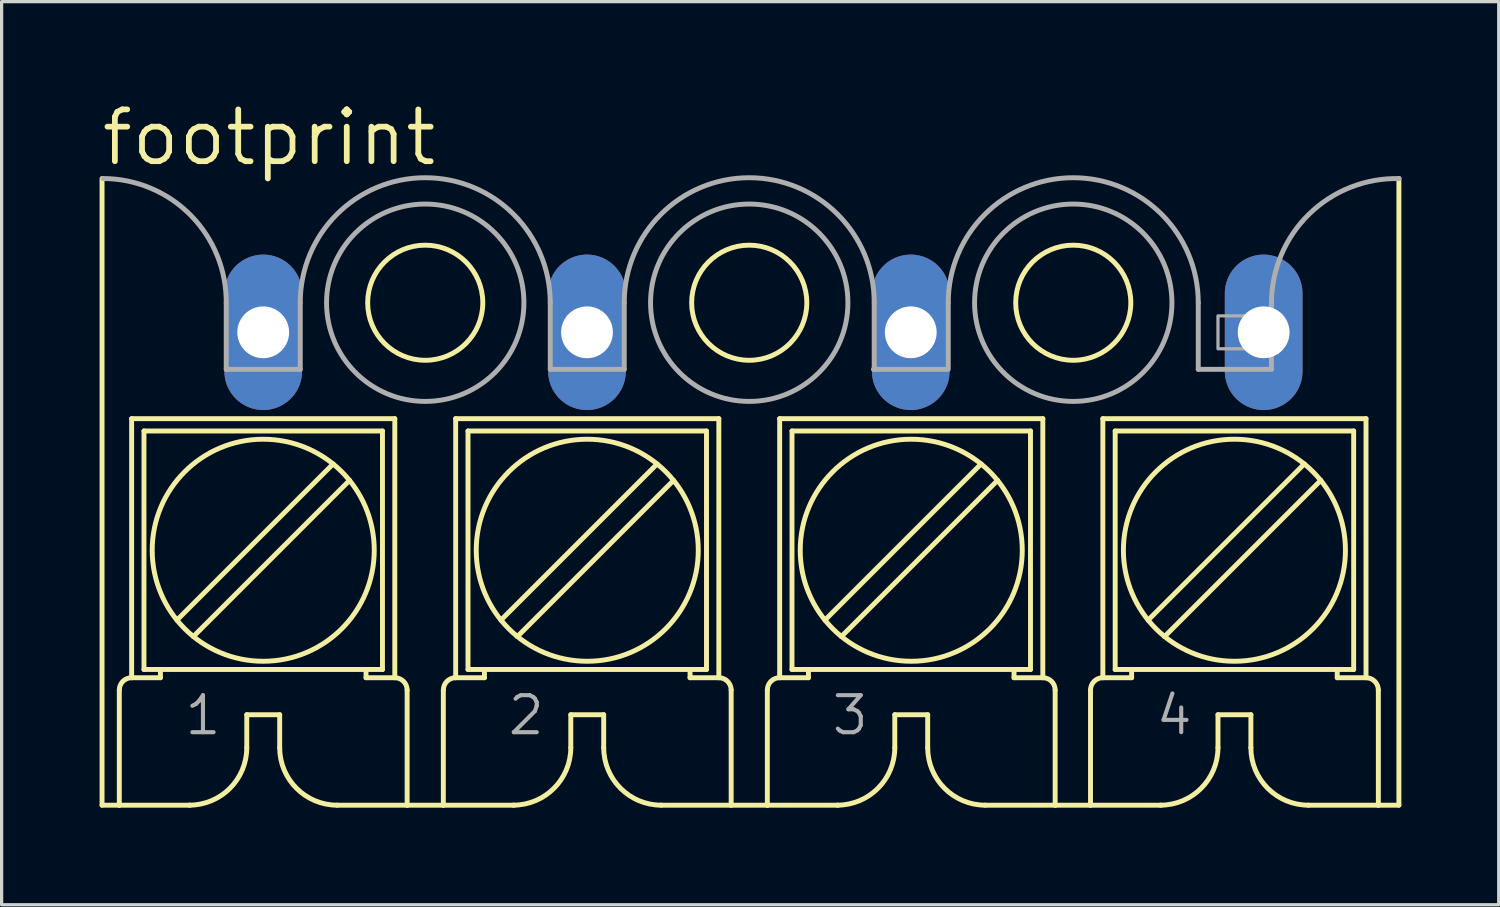
<source format=kicad_pcb>
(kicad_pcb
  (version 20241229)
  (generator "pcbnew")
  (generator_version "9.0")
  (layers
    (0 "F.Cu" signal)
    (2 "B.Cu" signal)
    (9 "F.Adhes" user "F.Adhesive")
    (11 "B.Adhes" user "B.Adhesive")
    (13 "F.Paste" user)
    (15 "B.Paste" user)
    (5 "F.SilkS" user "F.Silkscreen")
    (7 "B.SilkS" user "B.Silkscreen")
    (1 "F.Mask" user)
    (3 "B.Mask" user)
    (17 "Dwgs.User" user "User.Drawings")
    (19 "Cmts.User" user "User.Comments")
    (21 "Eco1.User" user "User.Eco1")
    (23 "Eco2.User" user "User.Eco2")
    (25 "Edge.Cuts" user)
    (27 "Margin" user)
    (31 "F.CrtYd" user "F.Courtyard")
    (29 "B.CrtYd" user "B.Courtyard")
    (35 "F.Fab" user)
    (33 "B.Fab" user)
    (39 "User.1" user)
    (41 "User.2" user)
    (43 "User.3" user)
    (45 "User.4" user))
  (footprint "footprint"
    (layer "F.Cu")
    (at 20.08 12.214)
    (property "Reference" "footprint" (at -20.08 -10.08 0) (layer "F.SilkS") (effects (font (size 1.6 1.6) (thickness 0.178)) (justify left bottom)))
    (fp_line (start -19.978 9.605) (end -19.978 -9.75) (stroke (width 0.152) (type solid)) (layer "F.SilkS"))
    (fp_line (start -19.978 9.605) (end -19.445 9.605) (stroke (width 0.152) (type solid)) (layer "F.SilkS"))
    (fp_line (start -19.445 9.605) (end -19.445 6.049) (stroke (width 0.152) (type solid)) (layer "F.SilkS"))
    (fp_line (start -19.445 9.605) (end -17.261 9.605) (stroke (width 0.152) (type solid)) (layer "F.SilkS"))
    (fp_line (start -19.064 -2.333) (end -10.936 -2.333) (stroke (width 0.152) (type solid)) (layer "F.SilkS"))
    (fp_line (start -19.064 5.668) (end -19.064 -2.333) (stroke (width 0.152) (type solid)) (layer "F.SilkS"))
    (fp_line (start -19.064 5.668) (end -18.175 5.668) (stroke (width 0.152) (type solid)) (layer "F.SilkS"))
    (fp_line (start -18.683 -1.952) (end -11.317 -1.952) (stroke (width 0.152) (type solid)) (layer "F.SilkS"))
    (fp_line (start -18.683 5.414) (end -18.683 -1.952) (stroke (width 0.152) (type solid)) (layer "F.SilkS"))
    (fp_line (start -18.683 5.414) (end -18.175 5.414) (stroke (width 0.152) (type solid)) (layer "F.SilkS"))
    (fp_line (start -18.175 5.414) (end -18.175 5.668) (stroke (width 0.152) (type solid)) (layer "F.SilkS"))
    (fp_line (start -17.667 3.89) (end -12.841 -0.936) (stroke (width 0.152) (type solid)) (layer "F.SilkS"))
    (fp_line (start -17.159 4.398) (end -12.333 -0.428) (stroke (width 0.152) (type solid)) (layer "F.SilkS"))
    (fp_line (start -15.508 6.811) (end -15.508 7.827) (stroke (width 0.152) (type solid)) (layer "F.SilkS"))
    (fp_line (start -15.508 6.811) (end -14.492 6.811) (stroke (width 0.152) (type solid)) (layer "F.SilkS"))
    (fp_line (start -14.492 6.811) (end -14.492 7.827) (stroke (width 0.152) (type solid)) (layer "F.SilkS"))
    (fp_line (start -12.714 9.605) (end -10.555 9.605) (stroke (width 0.152) (type solid)) (layer "F.SilkS"))
    (fp_line (start -11.825 5.414) (end -18.175 5.414) (stroke (width 0.152) (type solid)) (layer "F.SilkS"))
    (fp_line (start -11.825 5.414) (end -11.825 5.668) (stroke (width 0.152) (type solid)) (layer "F.SilkS"))
    (fp_line (start -11.825 5.414) (end -11.317 5.414) (stroke (width 0.152) (type solid)) (layer "F.SilkS"))
    (fp_line (start -11.825 5.668) (end -10.936 5.668) (stroke (width 0.152) (type solid)) (layer "F.SilkS"))
    (fp_line (start -11.317 5.414) (end -11.317 -1.952) (stroke (width 0.152) (type solid)) (layer "F.SilkS"))
    (fp_line (start -10.936 5.668) (end -10.936 -2.333) (stroke (width 0.152) (type solid)) (layer "F.SilkS"))
    (fp_line (start -10.555 9.605) (end -10.555 6.049) (stroke (width 0.152) (type solid)) (layer "F.SilkS"))
    (fp_line (start -10.555 9.605) (end -9.437 9.605) (stroke (width 0.152) (type solid)) (layer "F.SilkS"))
    (fp_line (start -9.437 9.605) (end -9.437 6.049) (stroke (width 0.152) (type solid)) (layer "F.SilkS"))
    (fp_line (start -9.437 9.605) (end -7.253 9.605) (stroke (width 0.152) (type solid)) (layer "F.SilkS"))
    (fp_line (start -9.056 -2.333) (end -0.928 -2.333) (stroke (width 0.152) (type solid)) (layer "F.SilkS"))
    (fp_line (start -9.056 5.668) (end -9.056 -2.333) (stroke (width 0.152) (type solid)) (layer "F.SilkS"))
    (fp_line (start -9.056 5.668) (end -8.167 5.668) (stroke (width 0.152) (type solid)) (layer "F.SilkS"))
    (fp_line (start -8.675 -1.952) (end -1.309 -1.952) (stroke (width 0.152) (type solid)) (layer "F.SilkS"))
    (fp_line (start -8.675 5.414) (end -8.675 -1.952) (stroke (width 0.152) (type solid)) (layer "F.SilkS"))
    (fp_line (start -8.675 5.414) (end -8.167 5.414) (stroke (width 0.152) (type solid)) (layer "F.SilkS"))
    (fp_line (start -8.167 5.414) (end -8.167 5.668) (stroke (width 0.152) (type solid)) (layer "F.SilkS"))
    (fp_line (start -7.659 3.89) (end -2.833 -0.936) (stroke (width 0.152) (type solid)) (layer "F.SilkS"))
    (fp_line (start -7.151 4.398) (end -2.325 -0.428) (stroke (width 0.152) (type solid)) (layer "F.SilkS"))
    (fp_line (start -5.5 6.811) (end -5.5 7.827) (stroke (width 0.152) (type solid)) (layer "F.SilkS"))
    (fp_line (start -5.5 6.811) (end -4.484 6.811) (stroke (width 0.152) (type solid)) (layer "F.SilkS"))
    (fp_line (start -4.484 6.811) (end -4.484 7.827) (stroke (width 0.152) (type solid)) (layer "F.SilkS"))
    (fp_line (start -2.706 9.605) (end -0.547 9.605) (stroke (width 0.152) (type solid)) (layer "F.SilkS"))
    (fp_line (start -1.817 5.414) (end -8.167 5.414) (stroke (width 0.152) (type solid)) (layer "F.SilkS"))
    (fp_line (start -1.817 5.414) (end -1.817 5.668) (stroke (width 0.152) (type solid)) (layer "F.SilkS"))
    (fp_line (start -1.817 5.414) (end -1.309 5.414) (stroke (width 0.152) (type solid)) (layer "F.SilkS"))
    (fp_line (start -1.817 5.668) (end -0.928 5.668) (stroke (width 0.152) (type solid)) (layer "F.SilkS"))
    (fp_line (start -1.309 5.414) (end -1.309 -1.952) (stroke (width 0.152) (type solid)) (layer "F.SilkS"))
    (fp_line (start -0.928 5.668) (end -0.928 -2.333) (stroke (width 0.152) (type solid)) (layer "F.SilkS"))
    (fp_line (start -0.547 9.605) (end -0.547 6.049) (stroke (width 0.152) (type solid)) (layer "F.SilkS"))
    (fp_line (start -0.547 9.605) (end 0.57 9.605) (stroke (width 0.152) (type solid)) (layer "F.SilkS"))
    (fp_line (start 0.57 9.605) (end 0.57 6.049) (stroke (width 0.152) (type solid)) (layer "F.SilkS"))
    (fp_line (start 0.57 9.605) (end 2.755 9.605) (stroke (width 0.152) (type solid)) (layer "F.SilkS"))
    (fp_line (start 0.951 -2.333) (end 9.079 -2.333) (stroke (width 0.152) (type solid)) (layer "F.SilkS"))
    (fp_line (start 0.951 5.668) (end 0.951 -2.333) (stroke (width 0.152) (type solid)) (layer "F.SilkS"))
    (fp_line (start 0.951 5.668) (end 1.84 5.668) (stroke (width 0.152) (type solid)) (layer "F.SilkS"))
    (fp_line (start 1.332 -1.952) (end 8.698 -1.952) (stroke (width 0.152) (type solid)) (layer "F.SilkS"))
    (fp_line (start 1.332 5.414) (end 1.332 -1.952) (stroke (width 0.152) (type solid)) (layer "F.SilkS"))
    (fp_line (start 1.332 5.414) (end 1.84 5.414) (stroke (width 0.152) (type solid)) (layer "F.SilkS"))
    (fp_line (start 1.84 5.414) (end 1.84 5.668) (stroke (width 0.152) (type solid)) (layer "F.SilkS"))
    (fp_line (start 2.348 3.89) (end 7.174 -0.936) (stroke (width 0.152) (type solid)) (layer "F.SilkS"))
    (fp_line (start 2.856 4.398) (end 7.682 -0.428) (stroke (width 0.152) (type solid)) (layer "F.SilkS"))
    (fp_line (start 4.507 6.811) (end 4.507 7.827) (stroke (width 0.152) (type solid)) (layer "F.SilkS"))
    (fp_line (start 4.507 6.811) (end 5.523 6.811) (stroke (width 0.152) (type solid)) (layer "F.SilkS"))
    (fp_line (start 5.523 6.811) (end 5.523 7.827) (stroke (width 0.152) (type solid)) (layer "F.SilkS"))
    (fp_line (start 7.301 9.605) (end 9.46 9.605) (stroke (width 0.152) (type solid)) (layer "F.SilkS"))
    (fp_line (start 8.19 5.414) (end 1.84 5.414) (stroke (width 0.152) (type solid)) (layer "F.SilkS"))
    (fp_line (start 8.19 5.414) (end 8.19 5.668) (stroke (width 0.152) (type solid)) (layer "F.SilkS"))
    (fp_line (start 8.19 5.414) (end 8.698 5.414) (stroke (width 0.152) (type solid)) (layer "F.SilkS"))
    (fp_line (start 8.19 5.668) (end 9.079 5.668) (stroke (width 0.152) (type solid)) (layer "F.SilkS"))
    (fp_line (start 8.698 5.414) (end 8.698 -1.952) (stroke (width 0.152) (type solid)) (layer "F.SilkS"))
    (fp_line (start 9.079 5.668) (end 9.079 -2.333) (stroke (width 0.152) (type solid)) (layer "F.SilkS"))
    (fp_line (start 9.46 9.605) (end 9.46 6.049) (stroke (width 0.152) (type solid)) (layer "F.SilkS"))
    (fp_line (start 9.46 9.605) (end 10.552 9.605) (stroke (width 0.152) (type solid)) (layer "F.SilkS"))
    (fp_line (start 10.552 9.605) (end 10.552 6.049) (stroke (width 0.152) (type solid)) (layer "F.SilkS"))
    (fp_line (start 10.552 9.605) (end 12.737 9.605) (stroke (width 0.152) (type solid)) (layer "F.SilkS"))
    (fp_line (start 10.933 -2.333) (end 19.061 -2.333) (stroke (width 0.152) (type solid)) (layer "F.SilkS"))
    (fp_line (start 10.933 5.668) (end 10.933 -2.333) (stroke (width 0.152) (type solid)) (layer "F.SilkS"))
    (fp_line (start 10.933 5.668) (end 11.822 5.668) (stroke (width 0.152) (type solid)) (layer "F.SilkS"))
    (fp_line (start 11.314 -1.952) (end 18.68 -1.952) (stroke (width 0.152) (type solid)) (layer "F.SilkS"))
    (fp_line (start 11.314 5.414) (end 11.314 -1.952) (stroke (width 0.152) (type solid)) (layer "F.SilkS"))
    (fp_line (start 11.314 5.414) (end 11.822 5.414) (stroke (width 0.152) (type solid)) (layer "F.SilkS"))
    (fp_line (start 11.822 5.414) (end 11.822 5.668) (stroke (width 0.152) (type solid)) (layer "F.SilkS"))
    (fp_line (start 12.33 3.89) (end 17.156 -0.936) (stroke (width 0.152) (type solid)) (layer "F.SilkS"))
    (fp_line (start 12.838 4.398) (end 17.664 -0.428) (stroke (width 0.152) (type solid)) (layer "F.SilkS"))
    (fp_line (start 14.489 6.811) (end 14.489 7.827) (stroke (width 0.152) (type solid)) (layer "F.SilkS"))
    (fp_line (start 14.489 6.811) (end 15.505 6.811) (stroke (width 0.152) (type solid)) (layer "F.SilkS"))
    (fp_line (start 15.505 6.811) (end 15.505 7.827) (stroke (width 0.152) (type solid)) (layer "F.SilkS"))
    (fp_line (start 17.283 9.605) (end 19.442 9.605) (stroke (width 0.152) (type solid)) (layer "F.SilkS"))
    (fp_line (start 18.172 5.414) (end 11.822 5.414) (stroke (width 0.152) (type solid)) (layer "F.SilkS"))
    (fp_line (start 18.172 5.414) (end 18.172 5.668) (stroke (width 0.152) (type solid)) (layer "F.SilkS"))
    (fp_line (start 18.172 5.414) (end 18.68 5.414) (stroke (width 0.152) (type solid)) (layer "F.SilkS"))
    (fp_line (start 18.172 5.668) (end 19.061 5.668) (stroke (width 0.152) (type solid)) (layer "F.SilkS"))
    (fp_line (start 18.68 5.414) (end 18.68 -1.952) (stroke (width 0.152) (type solid)) (layer "F.SilkS"))
    (fp_line (start 19.061 5.668) (end 19.061 -2.333) (stroke (width 0.152) (type solid)) (layer "F.SilkS"))
    (fp_line (start 19.442 9.605) (end 19.442 6.049) (stroke (width 0.152) (type solid)) (layer "F.SilkS"))
    (fp_line (start 20.077 9.605) (end 19.442 9.605) (stroke (width 0.152) (type solid)) (layer "F.SilkS"))
    (fp_line (start 20.077 9.605) (end 20.077 -9.75) (stroke (width 0.152) (type solid)) (layer "F.SilkS"))
    (fp_arc (start -19.445 6.049) (mid -19.333408 5.779592) (end -19.064 5.668) (stroke (width 0.1524) (type solid)) (layer "F.SilkS"))
    (fp_arc (start -15.508 7.827) (mid -16.028764 9.084236) (end -17.286 9.605) (stroke (width 0.1524) (type solid)) (layer "F.SilkS"))
    (fp_arc (start -12.714 9.605) (mid -13.971236 9.084236) (end -14.492 7.827) (stroke (width 0.1524) (type solid)) (layer "F.SilkS"))
    (fp_arc (start -10.936 5.668) (mid -10.666592 5.779592) (end -10.555 6.049) (stroke (width 0.1524) (type solid)) (layer "F.SilkS"))
    (fp_arc (start -9.437 6.049) (mid -9.325408 5.779592) (end -9.056 5.668) (stroke (width 0.1524) (type solid)) (layer "F.SilkS"))
    (fp_arc (start -5.5 7.827) (mid -6.020764 9.084236) (end -7.278 9.605) (stroke (width 0.1524) (type solid)) (layer "F.SilkS"))
    (fp_arc (start -2.706 9.605) (mid -3.963236 9.084236) (end -4.484 7.827) (stroke (width 0.1524) (type solid)) (layer "F.SilkS"))
    (fp_arc (start -0.928 5.668) (mid -0.658592 5.779592) (end -0.547 6.049) (stroke (width 0.1524) (type solid)) (layer "F.SilkS"))
    (fp_arc (start 0.57 6.049) (mid 0.681592 5.779592) (end 0.951 5.668) (stroke (width 0.1524) (type solid)) (layer "F.SilkS"))
    (fp_arc (start 4.507 7.827) (mid 3.986236 9.084236) (end 2.729 9.605) (stroke (width 0.1524) (type solid)) (layer "F.SilkS"))
    (fp_arc (start 7.301 9.605) (mid 6.043764 9.084236) (end 5.523 7.827) (stroke (width 0.1524) (type solid)) (layer "F.SilkS"))
    (fp_arc (start 9.079 5.668) (mid 9.348408 5.779592) (end 9.46 6.049) (stroke (width 0.1524) (type solid)) (layer "F.SilkS"))
    (fp_arc (start 10.552 6.049) (mid 10.663592 5.779592) (end 10.933 5.668) (stroke (width 0.1524) (type solid)) (layer "F.SilkS"))
    (fp_arc (start 14.489 7.827) (mid 13.968236 9.084236) (end 12.711 9.605) (stroke (width 0.1524) (type solid)) (layer "F.SilkS"))
    (fp_arc (start 17.283 9.605) (mid 16.025764 9.084236) (end 15.505 7.827) (stroke (width 0.1524) (type solid)) (layer "F.SilkS"))
    (fp_arc (start 19.061 5.668) (mid 19.330408 5.779592) (end 19.442 6.049) (stroke (width 0.1524) (type solid)) (layer "F.SilkS"))
    (fp_circle (center -15 1.731) (end -11.571 1.731) (stroke (width 0.152) (type solid)) (fill no) (layer "F.SilkS"))
    (fp_circle (center -9.996 -5.914) (end -8.218 -5.914) (stroke (width 0.152) (type solid)) (fill no) (layer "F.SilkS"))
    (fp_circle (center -4.992 1.731) (end -1.563 1.731) (stroke (width 0.152) (type solid)) (fill no) (layer "F.SilkS"))
    (fp_circle (center 0.011 -5.914) (end 1.789 -5.914) (stroke (width 0.152) (type solid)) (fill no) (layer "F.SilkS"))
    (fp_circle (center 5.015 1.731) (end 8.444 1.731) (stroke (width 0.152) (type solid)) (fill no) (layer "F.SilkS"))
    (fp_circle (center 10.019 -5.914) (end 11.797 -5.914) (stroke (width 0.152) (type solid)) (fill no) (layer "F.SilkS"))
    (fp_circle (center 14.997 1.731) (end 18.426 1.731) (stroke (width 0.152) (type solid)) (fill no) (layer "F.SilkS"))
    (fp_line (start -16.143 -3.857) (end -16.143 -5.889) (stroke (width 0.152) (type solid)) (layer "F.Fab"))
    (fp_line (start -16.143 -3.857) (end -13.857 -3.857) (stroke (width 0.152) (type solid)) (layer "F.Fab"))
    (fp_line (start -13.857 -3.857) (end -13.857 -5.914) (stroke (width 0.152) (type solid)) (layer "F.Fab"))
    (fp_line (start -6.135 -3.857) (end -6.135 -5.914) (stroke (width 0.152) (type solid)) (layer "F.Fab"))
    (fp_line (start -6.135 -3.857) (end -3.849 -3.857) (stroke (width 0.152) (type solid)) (layer "F.Fab"))
    (fp_line (start -3.849 -3.857) (end -3.849 -5.914) (stroke (width 0.152) (type solid)) (layer "F.Fab"))
    (fp_line (start 3.847 -3.857) (end 3.872 -3.857) (stroke (width 0.152) (type solid)) (layer "F.Fab"))
    (fp_line (start 3.872 -3.857) (end 3.872 -5.914) (stroke (width 0.152) (type solid)) (layer "F.Fab"))
    (fp_line (start 3.872 -3.857) (end 6.133 -3.857) (stroke (width 0.152) (type solid)) (layer "F.Fab"))
    (fp_line (start 6.158 -3.857) (end 6.158 -5.914) (stroke (width 0.152) (type solid)) (layer "F.Fab"))
    (fp_line (start 13.88 -3.857) (end 13.88 -5.914) (stroke (width 0.152) (type solid)) (layer "F.Fab"))
    (fp_line (start 13.88 -3.857) (end 16.14 -3.857) (stroke (width 0.152) (type solid)) (layer "F.Fab"))
    (fp_line (start 16.14 -3.857) (end 16.14 -5.889) (stroke (width 0.152) (type solid)) (layer "F.Fab"))
    (fp_arc (start -19.953 -9.7501) (mid -17.240656 -8.616095) (end -16.1426 -5.889) (stroke (width 0.1524) (type solid)) (layer "F.Fab"))
    (fp_arc (start -13.857 -5.914) (mid -9.9962 -9.7748) (end -6.1354 -5.914) (stroke (width 0.1524) (type solid)) (layer "F.Fab"))
    (fp_arc (start -3.849 -5.914) (mid 0.0118 -9.7748) (end 3.8726 -5.914) (stroke (width 0.1524) (type solid)) (layer "F.Fab"))
    (fp_arc (start 6.158 -5.914) (mid 10.0188 -9.7748) (end 13.8796 -5.914) (stroke (width 0.1524) (type solid)) (layer "F.Fab"))
    (fp_arc (start 16.14 -5.889) (mid 17.300225 -8.647936) (end 20.083499 -9.748499) (stroke (width 0.1524) (type solid)) (layer "F.Fab"))
    (fp_circle (center -9.996 -5.914) (end -6.948 -5.914) (stroke (width 0.152) (type solid)) (fill no) (layer "F.Fab"))
    (fp_circle (center 0.011 -5.914) (end 3.059 -5.914) (stroke (width 0.152) (type solid)) (fill no) (layer "F.Fab"))
    (fp_circle (center 10.019 -5.914) (end 13.067 -5.914) (stroke (width 0.152) (type solid)) (fill no) (layer "F.Fab"))
    (fp_poly (pts (xy -15.508 -4.492) (xy -14.492 -4.492) (xy -14.492 -5.508) (xy -15.508 -5.508)) (stroke (width 0.1) (type solid)) (fill no) (layer "F.Fab"))
    (fp_poly (pts (xy -5.5 -4.492) (xy -4.484 -4.492) (xy -4.484 -5.508) (xy -5.5 -5.508)) (stroke (width 0.1) (type solid)) (fill no) (layer "F.Fab"))
    (fp_poly (pts (xy 4.482 -4.492) (xy 5.498 -4.492) (xy 5.498 -5.508) (xy 4.482 -5.508)) (stroke (width 0.1) (type solid)) (fill no) (layer "F.Fab"))
    (fp_poly (pts (xy 14.489 -4.492) (xy 15.505 -4.492) (xy 15.505 -5.508) (xy 14.489 -5.508)) (stroke (width 0.1) (type solid)) (fill no) (layer "F.Fab"))
    (fp_text user "1" (at -17.489 7.497 0) (layer "F.Fab") (effects (font (size 1.143 1.143) (thickness 0.127)) (justify left bottom)))
    (fp_text user "4" (at 12.508 7.497 0) (layer "F.Fab") (effects (font (size 1.143 1.143) (thickness 0.127)) (justify left bottom)))
    (fp_text user "3" (at 2.501 7.497 0) (layer "F.Fab") (effects (font (size 1.143 1.143) (thickness 0.127)) (justify left bottom)))
    (fp_text user "2" (at -7.507 7.497 0) (layer "F.Fab") (effects (font (size 1.143 1.143) (thickness 0.127)) (justify left bottom)))
    (pad "1" thru_hole oval (at -15 -5 90) (size 4.801 2.4) (drill 1.6) (layers "*.Cu" "*.Mask"))
    (pad "2" thru_hole oval (at -5 -5 90) (size 4.801 2.4) (drill 1.6) (layers "*.Cu" "*.Mask"))
    (pad "3" thru_hole oval (at 5 -5 90) (size 4.801 2.4) (drill 1.6) (layers "*.Cu" "*.Mask"))
    (pad "4" thru_hole oval (at 15.9 -5 90) (size 4.801 2.4) (drill 1.6) (layers "*.Cu" "*.Mask")))
  (gr_rect
    (start -3 -3)
    (end 43.24 24.895)
    (stroke (width 0.1) (type default))
    (fill no)
    (layer "Edge.Cuts")))
</source>
